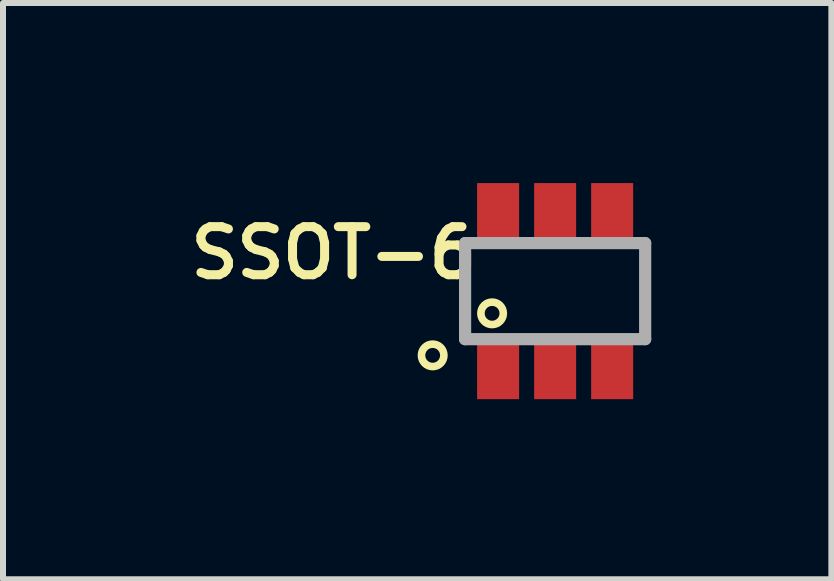
<source format=kicad_pcb>
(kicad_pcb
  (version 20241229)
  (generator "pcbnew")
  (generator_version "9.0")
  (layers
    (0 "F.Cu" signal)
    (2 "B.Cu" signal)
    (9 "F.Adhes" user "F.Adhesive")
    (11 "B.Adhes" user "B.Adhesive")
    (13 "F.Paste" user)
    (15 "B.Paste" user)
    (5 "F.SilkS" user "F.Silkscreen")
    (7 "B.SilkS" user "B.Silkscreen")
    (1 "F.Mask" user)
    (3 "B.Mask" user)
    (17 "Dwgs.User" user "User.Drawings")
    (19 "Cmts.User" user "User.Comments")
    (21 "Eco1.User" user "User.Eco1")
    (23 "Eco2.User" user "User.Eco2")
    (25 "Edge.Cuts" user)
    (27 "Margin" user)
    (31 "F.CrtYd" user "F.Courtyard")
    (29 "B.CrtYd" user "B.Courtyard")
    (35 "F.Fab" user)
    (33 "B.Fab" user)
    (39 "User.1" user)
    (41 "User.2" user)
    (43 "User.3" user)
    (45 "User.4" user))
  (footprint "SSOT-6"
    (layer "F.Cu")
    (at 6.198 1.8)
    (property "Reference" "SSOT-6" (at -3.688 -0.636 180) (layer "F.SilkS") (effects (font (size 0.801 0.801) (thickness 0.15))))
    (attr smd)
    (fp_line (start -1.5 -0.8) (end -1.5 0.8) (stroke (width 0.127) (type solid)) (layer "F.SilkS"))
    (fp_line (start 1.49 -0.78) (end 1.5 0.8) (stroke (width 0.127) (type solid)) (layer "F.SilkS"))
    (fp_line (start 1.5 0.8) (end -1.5 0.8) (stroke (width 0.127) (type solid)) (layer "F.SilkS"))
    (fp_circle (center -2.04 1.07) (end -1.853 1.07) (stroke (width 0.127) (type solid)) (fill no) (layer "F.SilkS"))
    (fp_circle (center -1.05 0.37) (end -0.863 0.37) (stroke (width 0.127) (type solid)) (fill no) (layer "F.SilkS"))
    (fp_line (start -1.5 -0.8) (end 1.5 -0.8) (stroke (width 0.203) (type solid)) (layer "F.Fab"))
    (fp_line (start -1.5 0.8) (end -1.5 -0.8) (stroke (width 0.203) (type solid)) (layer "F.Fab"))
    (fp_line (start 1.5 -0.8) (end 1.5 0.8) (stroke (width 0.203) (type solid)) (layer "F.Fab"))
    (fp_line (start 1.5 0.8) (end -1.5 0.8) (stroke (width 0.203) (type solid)) (layer "F.Fab"))
    (pad "1" smd rect (at -0.95 1.3) (size 0.7 1) (layers "F.Cu" "F.Mask" "F.Paste"))
    (pad "2" smd rect (at 0 1.3) (size 0.7 1) (layers "F.Cu" "F.Mask" "F.Paste"))
    (pad "3" smd rect (at 0.95 1.3) (size 0.7 1) (layers "F.Cu" "F.Mask" "F.Paste"))
    (pad "4" smd rect (at 0.95 -1.3) (size 0.7 1) (layers "F.Cu" "F.Mask" "F.Paste"))
    (pad "5" smd rect (at 0 -1.3) (size 0.7 1) (layers "F.Cu" "F.Mask" "F.Paste"))
    (pad "6" smd rect (at -0.95 -1.3) (size 0.7 1) (layers "F.Cu" "F.Mask" "F.Paste")))
  (gr_rect
    (start -3 -3)
    (end 10.8 6.6)
    (stroke (width 0.1) (type default))
    (fill no)
    (layer "Edge.Cuts")))
</source>
